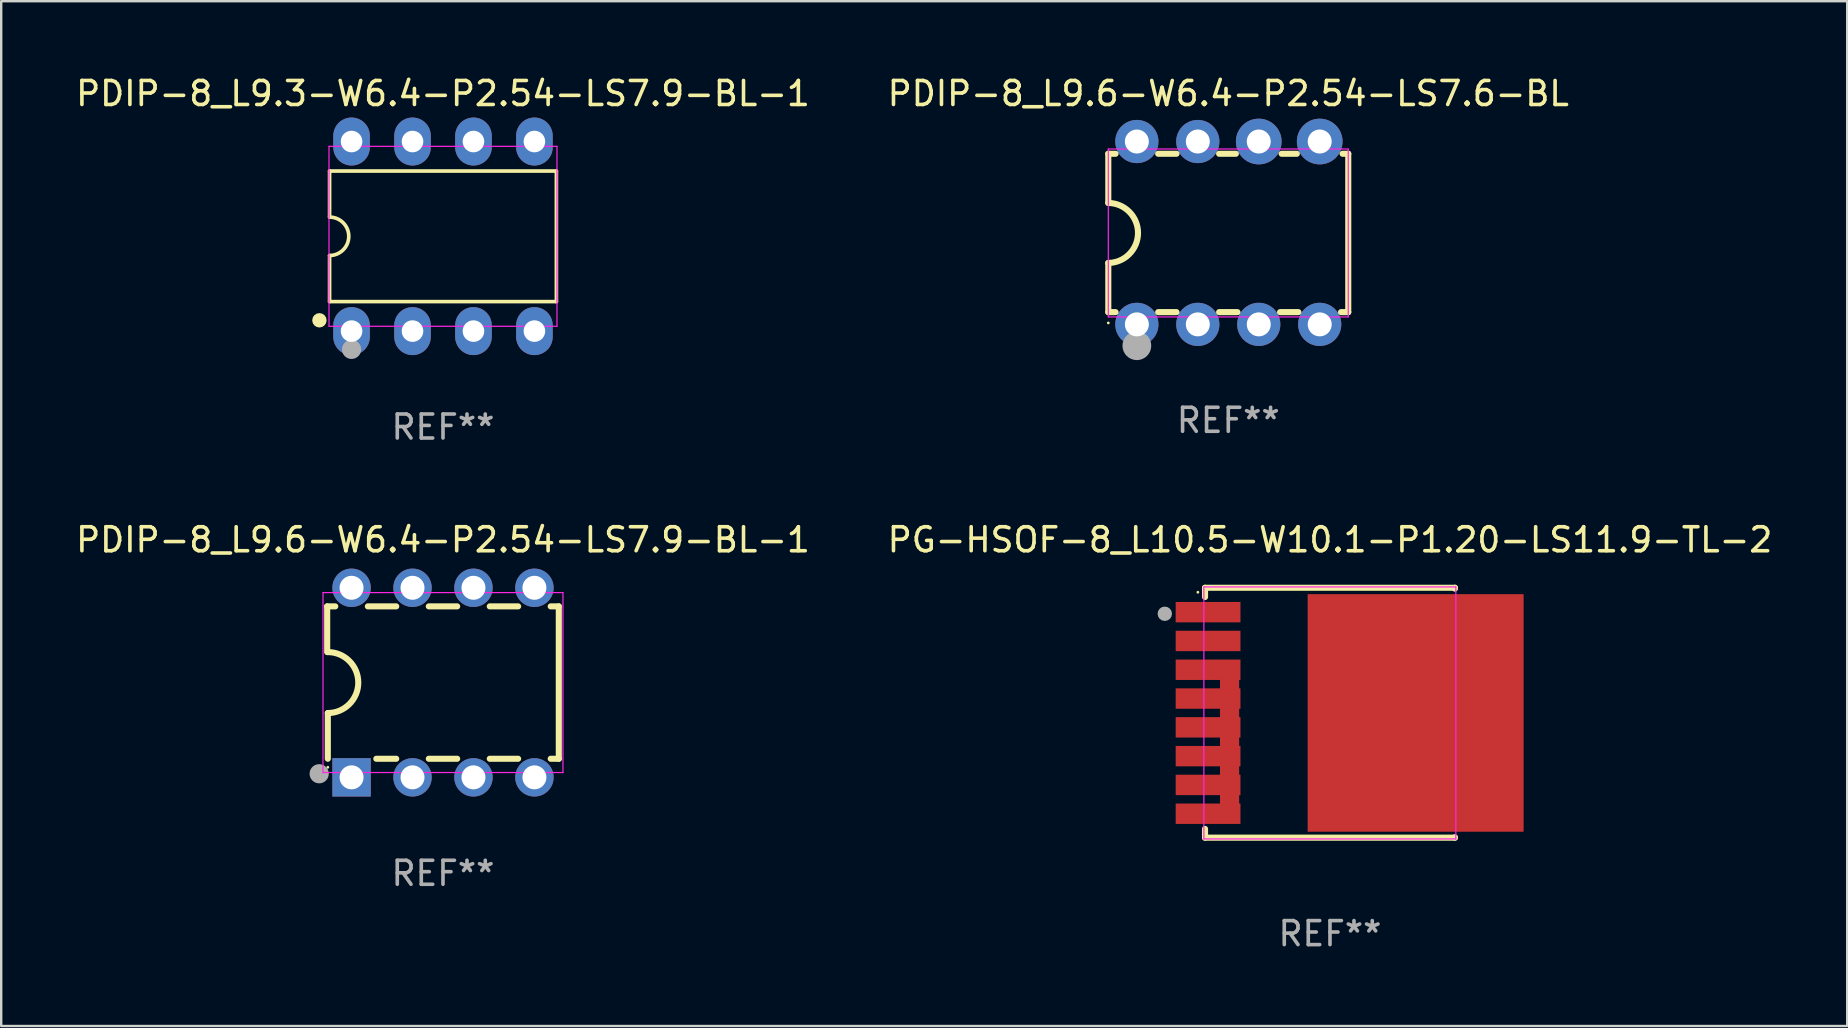
<source format=kicad_pcb>
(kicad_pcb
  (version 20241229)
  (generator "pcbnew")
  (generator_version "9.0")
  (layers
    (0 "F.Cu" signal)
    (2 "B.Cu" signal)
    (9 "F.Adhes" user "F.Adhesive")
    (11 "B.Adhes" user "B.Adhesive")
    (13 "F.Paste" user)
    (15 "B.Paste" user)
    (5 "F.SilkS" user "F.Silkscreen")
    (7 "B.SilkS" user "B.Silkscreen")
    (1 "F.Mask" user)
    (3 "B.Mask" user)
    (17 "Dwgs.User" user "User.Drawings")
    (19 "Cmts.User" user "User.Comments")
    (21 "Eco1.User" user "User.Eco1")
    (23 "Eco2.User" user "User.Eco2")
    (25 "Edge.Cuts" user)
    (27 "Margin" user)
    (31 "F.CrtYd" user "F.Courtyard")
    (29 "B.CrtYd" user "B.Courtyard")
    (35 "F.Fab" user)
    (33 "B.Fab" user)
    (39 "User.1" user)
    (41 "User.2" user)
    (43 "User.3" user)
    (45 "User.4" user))
  (footprint "PG-HSOF-8_L10.5-W10.1-P1.20-LS11.9-TL-2"
    (layer "F.Cu")
    (at 51.62 26.661)
    (property "Reference" "PG-HSOF-8_L10.5-W10.1-P1.20-LS11.9-TL-2" (at 0.755 -7.216 0) (layer "F.SilkS") (effects (font (size 1 1) (thickness 0.15))))
    (attr smd)
    (fp_line (start -4.452 -5.216) (end -4.452 -4.831) (stroke (width 0.254) (type solid)) (layer "F.SilkS"))
    (fp_line (start -4.452 4.831) (end -4.452 5.198) (stroke (width 0.254) (type solid)) (layer "F.SilkS"))
    (fp_line (start -4.452 5.198) (end 5.962 5.198) (stroke (width 0.254) (type solid)) (layer "F.SilkS"))
    (fp_line (start 5.962 -5.216) (end -4.452 -5.216) (stroke (width 0.254) (type solid)) (layer "F.SilkS"))
    (fp_line (start 5.962 -5.181) (end 5.962 -5.216) (stroke (width 0.254) (type solid)) (layer "F.SilkS"))
    (fp_line (start 5.962 5.198) (end 5.962 5.181) (stroke (width 0.254) (type solid)) (layer "F.SilkS"))
    (fp_circle (center -4.75 -5.03) (end -4.72 -5.03) (stroke (width 0.06) (type solid)) (fill no) (layer "F.SilkS"))
    (fp_line (start -4.5 -5.25) (end 6 -5.25) (stroke (width 0.05) (type default)) (layer "F.CrtYd"))
    (fp_line (start -4.5 5.25) (end -4.5 -5.25) (stroke (width 0.05) (type default)) (layer "F.CrtYd"))
    (fp_line (start 6 -5.25) (end 6 5.25) (stroke (width 0.05) (type default)) (layer "F.CrtYd"))
    (fp_line (start 6 5.25) (end -4.5 5.25) (stroke (width 0.05) (type default)) (layer "F.CrtYd"))
    (fp_circle (center -6.129 -4.133) (end -5.979 -4.133) (stroke (width 0.3) (type solid)) (fill no) (layer "F.Fab"))
    (fp_text user "REF**" (at 0.755 9.198 0) (layer "F.Fab") (effects (font (size 1 1) (thickness 0.15))))
    (pad "1" smd rect (at -4.325 -4.2 270) (size 0.85 2.7) (layers "F.Cu" "F.Mask" "F.Paste"))
    (pad "2" smd rect (at -4.325 -3 270) (size 0.85 2.7) (layers "F.Cu" "F.Mask" "F.Paste"))
    (pad "3" smd rect (at -4.325 -1.8 270) (size 0.85 2.7) (layers "F.Cu" "F.Mask" "F.Paste"))
    (pad "4" smd rect (at -4.325 -0.6 270) (size 0.85 2.7) (layers "F.Cu" "F.Mask" "F.Paste"))
    (pad "5" smd rect (at -4.325 0.6 270) (size 0.85 2.7) (layers "F.Cu" "F.Mask" "F.Paste"))
    (pad "6" smd rect (at -4.325 1.8 270) (size 0.85 2.7) (layers "F.Cu" "F.Mask" "F.Paste"))
    (pad "7" smd rect (at -4.325 3 270) (size 0.85 2.7) (layers "F.Cu" "F.Mask" "F.Paste"))
    (pad "8" smd rect (at -4.325 4.2 270) (size 0.85 2.7) (layers "F.Cu" "F.Mask" "F.Paste"))
    (pad "8" smd rect (at -3.429 1.143) (size 0.8 6.6) (layers "F.Cu" "F.Mask" "F.Paste"))
    (pad "9" smd rect (at 4.325 0 90) (size 9.9 9) (layers "F.Cu" "F.Mask" "F.Paste")))
  (footprint "PDIP-8_L9.6-W6.4-P2.54-LS7.6-BL"
    (layer "F.Cu")
    (at 48.137 6.658)
    (property "Reference" "PDIP-8_L9.6-W6.4-P2.54-LS7.6-BL" (at 0 -5.81 0) (layer "F.SilkS") (effects (font (size 1 1) (thickness 0.15))))
    (attr through_hole)
    (fp_line (start -5 -3.3) (end -5 -1.25) (stroke (width 0.254) (type solid)) (layer "F.SilkS"))
    (fp_line (start -5 -3.3) (end -4.698 -3.3) (stroke (width 0.254) (type solid)) (layer "F.SilkS"))
    (fp_line (start -5 3.3) (end -5 1.25) (stroke (width 0.254) (type solid)) (layer "F.SilkS"))
    (fp_line (start -5 3.3) (end -4.698 3.3) (stroke (width 0.254) (type solid)) (layer "F.SilkS"))
    (fp_line (start -2.922 -3.3) (end -2.158 -3.3) (stroke (width 0.254) (type solid)) (layer "F.SilkS"))
    (fp_line (start -2.922 3.3) (end -2.158 3.3) (stroke (width 0.254) (type solid)) (layer "F.SilkS"))
    (fp_line (start -0.382 -3.3) (end 0.316 -3.3) (stroke (width 0.254) (type solid)) (layer "F.SilkS"))
    (fp_line (start -0.382 3.3) (end 0.382 3.3) (stroke (width 0.254) (type solid)) (layer "F.SilkS"))
    (fp_line (start 2.158 3.3) (end 2.922 3.3) (stroke (width 0.254) (type solid)) (layer "F.SilkS"))
    (fp_line (start 2.224 -3.3) (end 2.856 -3.3) (stroke (width 0.254) (type solid)) (layer "F.SilkS"))
    (fp_line (start 4.698 3.3) (end 5 3.3) (stroke (width 0.254) (type solid)) (layer "F.SilkS"))
    (fp_line (start 4.764 -3.3) (end 5 -3.3) (stroke (width 0.254) (type solid)) (layer "F.SilkS"))
    (fp_line (start 5 -3.3) (end 5 3.3) (stroke (width 0.254) (type solid)) (layer "F.SilkS"))
    (fp_arc (start -5.000025 -1.250013) (mid -3.756388 0.000455) (end -5.001271 1.249683) (stroke (width 0.254001) (type solid)) (layer "F.SilkS"))
    (fp_circle (center -5 3.75) (end -4.97 3.75) (stroke (width 0.06) (type solid)) (fill no) (layer "F.SilkS"))
    (fp_line (start -5 -3.5) (end 5 -3.5) (stroke (width 0.05) (type default)) (layer "F.CrtYd"))
    (fp_line (start -5 3.5) (end -5 -3.5) (stroke (width 0.05) (type default)) (layer "F.CrtYd"))
    (fp_line (start 5 -3.5) (end 5 3.5) (stroke (width 0.05) (type default)) (layer "F.CrtYd"))
    (fp_line (start 5 3.5) (end -5 3.5) (stroke (width 0.05) (type default)) (layer "F.CrtYd"))
    (fp_circle (center -3.81 4.699) (end -3.51 4.699) (stroke (width 0.6) (type solid)) (fill no) (layer "F.Fab"))
    (fp_text user "REF**" (at 0 7.81 0) (layer "F.Fab") (effects (font (size 1 1) (thickness 0.15))))
    (pad "1" thru_hole circle (at -3.81 3.81) (size 1.8 1.8) (drill 1) (layers "*.Cu" "*.Mask"))
    (pad "2" thru_hole circle (at -1.27 3.81) (size 1.8 1.8) (drill 1) (layers "*.Cu" "*.Mask"))
    (pad "3" thru_hole circle (at 1.27 3.81) (size 1.8 1.8) (drill 1) (layers "*.Cu" "*.Mask"))
    (pad "4" thru_hole circle (at 3.81 3.81) (size 1.8 1.8) (drill 1) (layers "*.Cu" "*.Mask"))
    (pad "5" thru_hole circle (at 3.81 -3.81) (size 1.905 1.905) (drill 1) (layers "*.Cu" "*.Mask"))
    (pad "6" thru_hole circle (at 1.27 -3.81) (size 1.905 1.905) (drill 1) (layers "*.Cu" "*.Mask"))
    (pad "7" thru_hole circle (at -1.27 -3.81) (size 1.8 1.8) (drill 1) (layers "*.Cu" "*.Mask"))
    (pad "8" thru_hole circle (at -3.81 -3.81) (size 1.8 1.8) (drill 1) (layers "*.Cu" "*.Mask")))
  (footprint "PDIP-8_L9.3-W6.4-P2.54-LS7.9-BL-1"
    (layer "F.Cu")
    (at 15.411 6.798)
    (property "Reference" "PDIP-8_L9.3-W6.4-P2.54-LS7.9-BL-1" (at 0.000013 -5.95 0) (layer "F.SilkS") (effects (font (size 1 1) (thickness 0.15))))
    (attr through_hole)
    (fp_line (start -4.726 -2.721) (end -4.726 -0.8) (stroke (width 0.152) (type solid)) (layer "F.SilkS"))
    (fp_line (start -4.726 0.8) (end -4.726 2.721) (stroke (width 0.152) (type solid)) (layer "F.SilkS"))
    (fp_line (start -4.726 2.721) (end 4.726 2.721) (stroke (width 0.152) (type solid)) (layer "F.SilkS"))
    (fp_line (start 4.726 -2.721) (end -4.726 -2.721) (stroke (width 0.152) (type solid)) (layer "F.SilkS"))
    (fp_line (start 4.726 2.721) (end 4.726 -2.721) (stroke (width 0.152) (type solid)) (layer "F.SilkS"))
    (fp_arc (start -4.7262 -0.8) (mid -3.9262 0) (end -4.7262 0.8) (stroke (width 0.1524) (type solid)) (layer "F.SilkS"))
    (fp_circle (center -5.15 3.5) (end -5 3.5) (stroke (width 0.3) (type solid)) (fill no) (layer "F.SilkS"))
    (fp_line (start -4.75 -3.75) (end 4.75 -3.75) (stroke (width 0.05) (type default)) (layer "F.CrtYd"))
    (fp_line (start -4.75 3.75) (end -4.75 -3.75) (stroke (width 0.05) (type default)) (layer "F.CrtYd"))
    (fp_line (start 4.75 -3.75) (end 4.75 3.75) (stroke (width 0.05) (type default)) (layer "F.CrtYd"))
    (fp_line (start 4.75 3.75) (end -4.75 3.75) (stroke (width 0.05) (type default)) (layer "F.CrtYd"))
    (fp_circle (center -3.81 4.712) (end -3.61 4.712) (stroke (width 0.4) (type solid)) (fill no) (layer "F.Fab"))
    (fp_text user "REF**" (at 0.000013 7.95 0) (layer "F.Fab") (effects (font (size 1 1) (thickness 0.15))))
    (pad "1" thru_hole oval (at -3.81 3.95) (size 1.524 2) (drill 0.9) (layers "*.Cu" "*.Mask"))
    (pad "2" thru_hole oval (at -1.27 3.95) (size 1.524 2) (drill 0.9) (layers "*.Cu" "*.Mask"))
    (pad "3" thru_hole oval (at 1.27 3.95) (size 1.524 2) (drill 0.9) (layers "*.Cu" "*.Mask"))
    (pad "4" thru_hole oval (at 3.81 3.95) (size 1.524 2) (drill 0.9) (layers "*.Cu" "*.Mask"))
    (pad "5" thru_hole oval (at 3.81 -3.95) (size 1.524 2) (drill 0.9) (layers "*.Cu" "*.Mask"))
    (pad "6" thru_hole oval (at 1.27 -3.95) (size 1.524 2) (drill 0.9) (layers "*.Cu" "*.Mask"))
    (pad "7" thru_hole oval (at -1.27 -3.95) (size 1.524 2) (drill 0.9) (layers "*.Cu" "*.Mask"))
    (pad "8" thru_hole oval (at -3.81 -3.95) (size 1.524 2) (drill 0.9) (layers "*.Cu" "*.Mask")))
  (footprint "PDIP-8_L9.6-W6.4-P2.54-LS7.9-BL-1"
    (layer "F.Cu")
    (at 15.411 25.395)
    (property "Reference" "PDIP-8_L9.6-W6.4-P2.54-LS7.9-BL-1" (at 0 -5.95 0) (layer "F.SilkS") (effects (font (size 1 1) (thickness 0.15))))
    (attr through_hole)
    (fp_line (start -4.826 -3.175) (end -4.826 -1.27) (stroke (width 0.254) (type solid)) (layer "F.SilkS"))
    (fp_line (start -4.8 1.27) (end -4.8 3.175) (stroke (width 0.254) (type solid)) (layer "F.SilkS"))
    (fp_line (start -4.489 -3.175) (end -4.826 -3.175) (stroke (width 0.254) (type solid)) (layer "F.SilkS"))
    (fp_line (start -2.779 3.175) (end -1.949 3.175) (stroke (width 0.254) (type solid)) (layer "F.SilkS"))
    (fp_line (start -1.949 -3.175) (end -3.131 -3.175) (stroke (width 0.254) (type solid)) (layer "F.SilkS"))
    (fp_line (start -0.591 3.175) (end 0.591 3.175) (stroke (width 0.254) (type solid)) (layer "F.SilkS"))
    (fp_line (start 0.591 -3.175) (end -0.591 -3.175) (stroke (width 0.254) (type solid)) (layer "F.SilkS"))
    (fp_line (start 1.949 3.175) (end 3.131 3.175) (stroke (width 0.254) (type solid)) (layer "F.SilkS"))
    (fp_line (start 3.131 -3.175) (end 1.949 -3.175) (stroke (width 0.254) (type solid)) (layer "F.SilkS"))
    (fp_line (start 4.489 3.175) (end 4.826 3.175) (stroke (width 0.254) (type solid)) (layer "F.SilkS"))
    (fp_line (start 4.826 -3.175) (end 4.489 -3.175) (stroke (width 0.254) (type solid)) (layer "F.SilkS"))
    (fp_line (start 4.826 3.175) (end 4.826 -3.175) (stroke (width 0.254) (type solid)) (layer "F.SilkS"))
    (fp_arc (start -4.800051 -1.270104) (mid -3.530049 -0.000102) (end -4.800051 1.2699) (stroke (width 0.254001) (type solid)) (layer "F.SilkS"))
    (fp_circle (center -4.8 3.53) (end -4.77 3.53) (stroke (width 0.06) (type solid)) (fill no) (layer "F.SilkS"))
    (fp_line (start -5 -3.75) (end 5 -3.75) (stroke (width 0.05) (type default)) (layer "F.CrtYd"))
    (fp_line (start -5 3.75) (end -5 -3.75) (stroke (width 0.05) (type default)) (layer "F.CrtYd"))
    (fp_line (start 5 -3.75) (end 5 3.75) (stroke (width 0.05) (type default)) (layer "F.CrtYd"))
    (fp_line (start 5 3.75) (end -5 3.75) (stroke (width 0.05) (type default)) (layer "F.CrtYd"))
    (fp_circle (center -5.16 3.8) (end -4.96 3.8) (stroke (width 0.4) (type solid)) (fill no) (layer "F.Fab"))
    (fp_text user "REF**" (at 0 7.95 0) (layer "F.Fab") (effects (font (size 1 1) (thickness 0.15))))
    (pad "1" thru_hole rect (at -3.81 3.95) (size 1.6 1.6) (drill 1) (layers "*.Cu" "*.Mask"))
    (pad "2" thru_hole circle (at -1.27 3.95) (size 1.6 1.6) (drill 1) (layers "*.Cu" "*.Mask"))
    (pad "3" thru_hole circle (at 1.27 3.95) (size 1.6 1.6) (drill 1) (layers "*.Cu" "*.Mask"))
    (pad "4" thru_hole circle (at 3.81 3.95) (size 1.6 1.6) (drill 1) (layers "*.Cu" "*.Mask"))
    (pad "5" thru_hole circle (at 3.81 -3.95) (size 1.6 1.6) (drill 1) (layers "*.Cu" "*.Mask"))
    (pad "6" thru_hole circle (at 1.27 -3.95) (size 1.6 1.6) (drill 1) (layers "*.Cu" "*.Mask"))
    (pad "7" thru_hole circle (at -1.27 -3.95) (size 1.6 1.6) (drill 1) (layers "*.Cu" "*.Mask"))
    (pad "8" thru_hole circle (at -3.81 -3.95) (size 1.6 1.6) (drill 1) (layers "*.Cu" "*.Mask")))
  (gr_rect
    (start -3 -3)
    (end 73.929 39.707)
    (stroke (width 0.1) (type default))
    (fill no)
    (layer "Edge.Cuts")))
</source>
